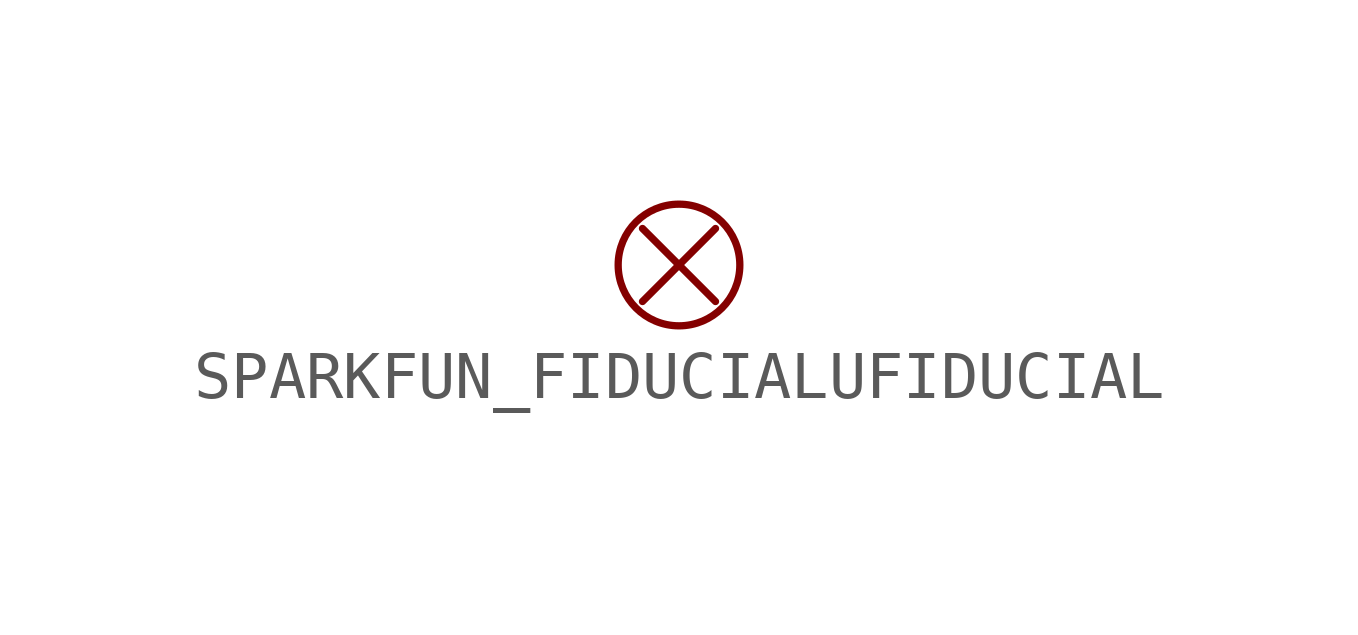
<source format=kicad_sym>
(kicad_symbol_lib
  (version 20220914)
  (generator kicad_symbol_editor)
  (symbol "SPARKFUN_FIDUCIALUFIDUCIAL"
    (pin_numbers hide)
    (pin_names
      (offset 1.016) hide)
    (property "Reference" "JP"
      (at 0 0 0)
      (effects (font (size 1.143 1.143)) hide))
    (property "ki_locked" ""
      (at 0 0 0)
      (effects (font (size 1.27 1.27))))
    (symbol "SPARKFUN_FIDUCIALUFIDUCIAL_1_0"
      (polyline (pts (xy -0.762 0.762) (xy 0.762 -0.762)) (stroke (width 0) (type solid)) (fill (type none)))
      (polyline (pts (xy 0.762 0.762) (xy -0.762 -0.762)) (stroke (width 0) (type solid)) (fill (type none))))
    (symbol "SPARKFUN_FIDUCIALUFIDUCIAL_1_1"
      (circle (center 0 0) (radius 1.27) (stroke (width 0) (type solid)) (fill (type none))))))
</source>
